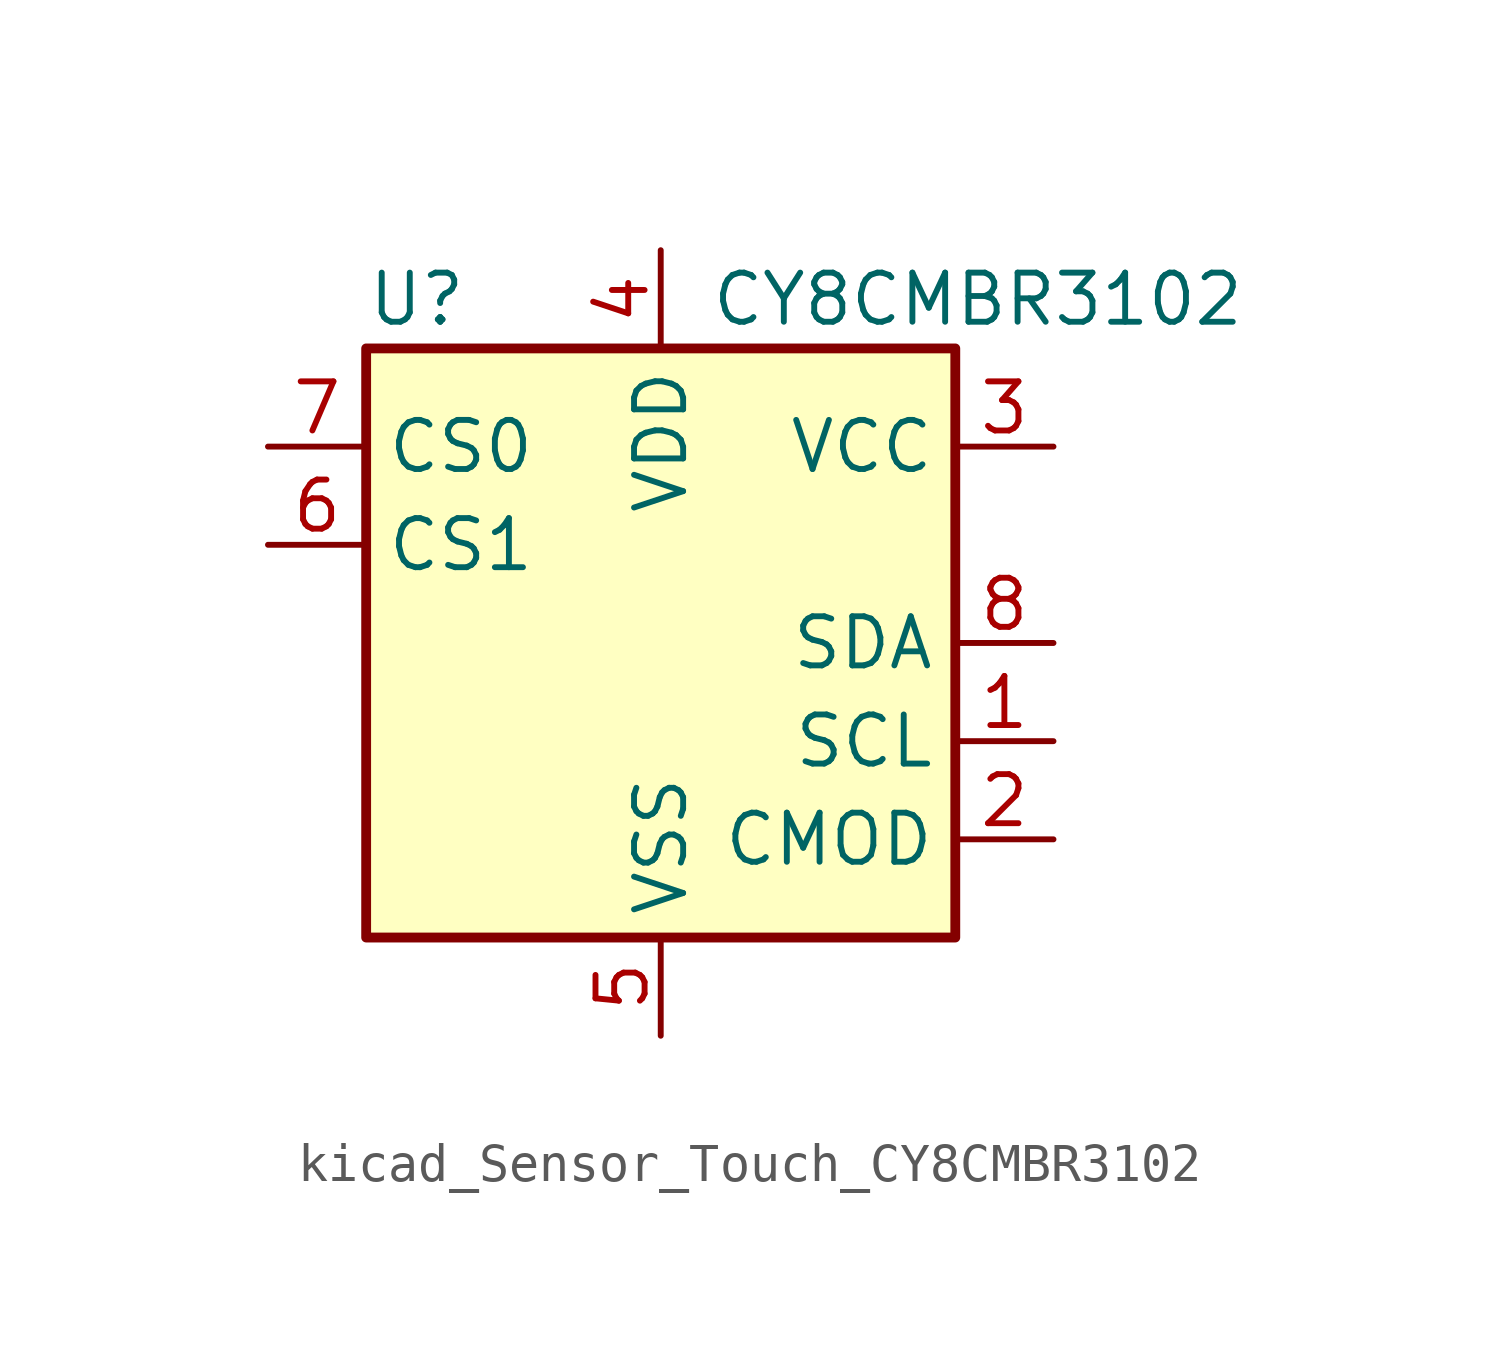
<source format=kicad_sym>
(kicad_symbol_lib
  (version 20220914)
  (generator kicad_symbol_editor)
  (symbol "kicad_Sensor_Touch_CY8CMBR3102"
    (property "Reference" "U"
      (at -7.62 8.89 0)
      (effects (font (size 1.27 1.27)) (justify left)))
    (property "Value" "CY8CMBR3102"
      (at 1.27 8.89 0)
      (effects (font (size 1.27 1.27)) (justify left)))
    (symbol "kicad_Sensor_Touch_CY8CMBR3102_0_1"
      (rectangle (start -7.62 7.62) (end 7.62 -7.62) (stroke (width 0.254) (type default)) (fill (type background))))
    (symbol "kicad_Sensor_Touch_CY8CMBR3102_1_1"
      (pin input line (at 10.16 -2.54 180) (length 2.54) (name "SCL" (effects (font (size 1.27 1.27)))) (number "1" (effects (font (size 1.27 1.27)))))
      (pin passive line (at 10.16 -5.08 180) (length 2.54) (name "CMOD" (effects (font (size 1.27 1.27)))) (number "2" (effects (font (size 1.27 1.27)))))
      (pin passive line (at 10.16 5.08 180) (length 2.54) (name "VCC" (effects (font (size 1.27 1.27)))) (number "3" (effects (font (size 1.27 1.27)))))
      (pin power_in line (at 0 10.16 270) (length 2.54) (name "VDD" (effects (font (size 1.27 1.27)))) (number "4" (effects (font (size 1.27 1.27)))))
      (pin power_in line (at 0 -10.16 90) (length 2.54) (name "VSS" (effects (font (size 1.27 1.27)))) (number "5" (effects (font (size 1.27 1.27)))))
      (pin passive line (at -10.16 2.54 0) (length 2.54) (name "CS1" (effects (font (size 1.27 1.27)))) (number "6" (effects (font (size 1.27 1.27)))))
      (pin passive line (at -10.16 5.08 0) (length 2.54) (name "CS0" (effects (font (size 1.27 1.27)))) (number "7" (effects (font (size 1.27 1.27)))))
      (pin bidirectional line (at 10.16 0 180) (length 2.54) (name "SDA" (effects (font (size 1.27 1.27)))) (number "8" (effects (font (size 1.27 1.27))))))))
</source>
